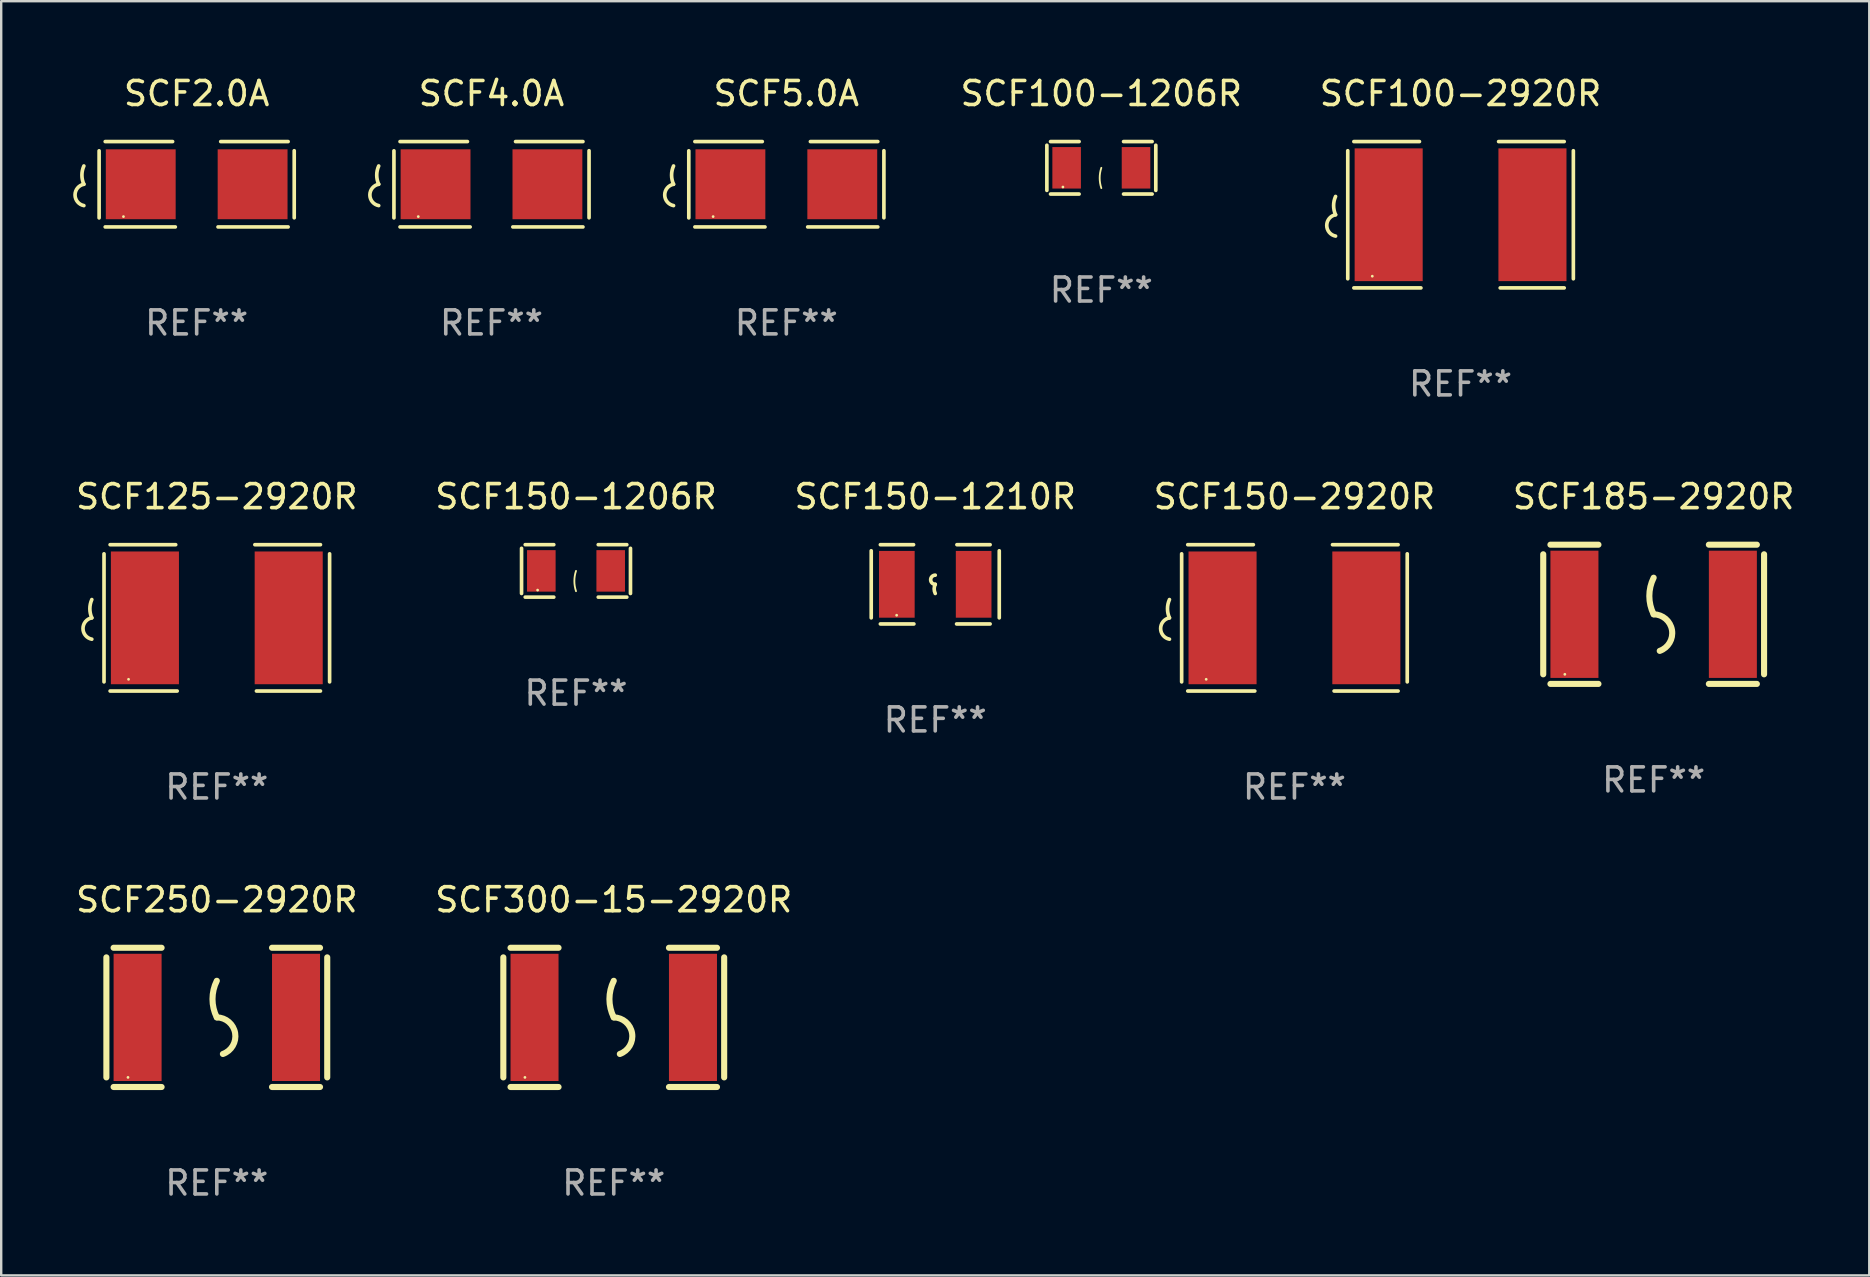
<source format=kicad_pcb>
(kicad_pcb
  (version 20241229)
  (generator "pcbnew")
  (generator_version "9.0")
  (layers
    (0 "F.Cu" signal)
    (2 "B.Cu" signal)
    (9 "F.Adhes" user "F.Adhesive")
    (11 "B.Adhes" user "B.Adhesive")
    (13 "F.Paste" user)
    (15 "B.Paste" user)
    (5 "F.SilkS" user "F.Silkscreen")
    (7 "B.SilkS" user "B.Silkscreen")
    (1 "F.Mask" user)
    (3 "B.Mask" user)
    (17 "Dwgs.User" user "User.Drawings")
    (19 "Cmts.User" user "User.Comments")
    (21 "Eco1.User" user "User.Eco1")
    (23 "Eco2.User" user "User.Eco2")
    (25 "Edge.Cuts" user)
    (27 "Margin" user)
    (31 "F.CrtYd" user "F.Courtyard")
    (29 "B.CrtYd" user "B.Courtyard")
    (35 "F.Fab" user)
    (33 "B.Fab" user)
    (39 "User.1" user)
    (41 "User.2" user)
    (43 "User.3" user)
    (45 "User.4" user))
  (footprint "SCF185-2920R"
    (layer "F.Cu")
    (at 65.839 22.541)
    (property "Reference" "SCF185-2920R" (at 0 -4.9 0) (layer "F.SilkS") (effects (font (size 1 1) (thickness 0.15))))
    (attr through_hole)
    (fp_line (start -4.6 -2.5) (end -4.6 2.5) (stroke (width 0.254) (type solid)) (layer "F.SilkS"))
    (fp_line (start -4.3 -2.9) (end -2.3 -2.9) (stroke (width 0.254) (type solid)) (layer "F.SilkS"))
    (fp_line (start -4.3 2.9) (end -2.3 2.9) (stroke (width 0.254) (type solid)) (layer "F.SilkS"))
    (fp_line (start 2.3 -2.9) (end 4.3 -2.9) (stroke (width 0.254) (type solid)) (layer "F.SilkS"))
    (fp_line (start 2.3 2.9) (end 4.3 2.9) (stroke (width 0.254) (type solid)) (layer "F.SilkS"))
    (fp_line (start 4.6 -2.5) (end 4.6 2.5) (stroke (width 0.254) (type solid)) (layer "F.SilkS"))
    (fp_arc (start 0 0) (mid -0.179884 -0.762002) (end 0 -1.524003) (stroke (width 0.254001) (type solid)) (layer "F.SilkS"))
    (fp_arc (start 0 0) (mid 0.763086 0.655987) (end 0.254001 1.524003) (stroke (width 0.254001) (type solid)) (layer "F.SilkS"))
    (fp_circle (center -3.7 2.5) (end -3.67 2.5) (stroke (width 0.06) (type solid)) (fill no) (layer "F.SilkS"))
    (fp_text user "REF**" (at 0 6.9 0) (layer "F.Fab") (effects (font (size 1 1) (thickness 0.15))))
    (pad "1" smd rect (at -3.3 0) (size 2 5.3) (layers "F.Cu" "F.Mask" "F.Paste"))
    (pad "2" smd rect (at 3.3 0) (size 2 5.3) (layers "F.Cu" "F.Mask" "F.Paste")))
  (footprint "SCF4.0A"
    (layer "F.Cu")
    (at 17.425 4.626)
    (property "Reference" "SCF4.0A" (at 0 -3.778 0) (layer "F.SilkS") (effects (font (size 1 1) (thickness 0.15))))
    (attr through_hole)
    (fp_line (start -4.064 -1.393) (end -4.064 1.401) (stroke (width 0.152) (type solid)) (layer "F.SilkS"))
    (fp_line (start -3.81 -1.778) (end -1.002 -1.778) (stroke (width 0.152) (type solid)) (layer "F.SilkS"))
    (fp_line (start -0.889 1.778) (end -3.81 1.778) (stroke (width 0.152) (type solid)) (layer "F.SilkS"))
    (fp_line (start 0.889 1.778) (end 3.81 1.778) (stroke (width 0.152) (type solid)) (layer "F.SilkS"))
    (fp_line (start 3.81 -1.778) (end 1.002 -1.778) (stroke (width 0.152) (type solid)) (layer "F.SilkS"))
    (fp_line (start 4.064 -1.397) (end 4.064 1.397) (stroke (width 0.152) (type solid)) (layer "F.SilkS"))
    (fp_arc (start -4.699009 0) (mid -4.780645 -0.381001) (end -4.699009 -0.762002) (stroke (width 0.151994) (type solid)) (layer "F.SilkS"))
    (fp_arc (start -4.699009 0.889002) (mid -5.066697 0.444501) (end -4.699009 0) (stroke (width 0.151994) (type solid)) (layer "F.SilkS"))
    (fp_circle (center -3.05 1.347) (end -3.02 1.347) (stroke (width 0.06) (type solid)) (fill no) (layer "F.SilkS"))
    (fp_text user "REF**" (at 0 5.778 0) (layer "F.Fab") (effects (font (size 1 1) (thickness 0.15))))
    (pad "1" smd rect (at -2.33 0) (size 2.91 2.911) (layers "F.Cu" "F.Mask" "F.Paste"))
    (pad "2" smd rect (at 2.33 0) (size 2.91 2.911) (layers "F.Cu" "F.Mask" "F.Paste")))
  (footprint "SCF150-2920R"
    (layer "F.Cu")
    (at 50.875 22.689)
    (property "Reference" "SCF150-2920R" (at 0 -5.048 0) (layer "F.SilkS") (effects (font (size 1 1) (thickness 0.15))))
    (attr through_hole)
    (fp_line (start -4.699 -2.667) (end -4.699 2.667) (stroke (width 0.152) (type solid)) (layer "F.SilkS"))
    (fp_line (start -4.445 -3.048) (end -1.712 -3.048) (stroke (width 0.152) (type solid)) (layer "F.SilkS"))
    (fp_line (start -1.651 3.048) (end -4.445 3.048) (stroke (width 0.152) (type solid)) (layer "F.SilkS"))
    (fp_line (start 1.651 3.048) (end 4.318 3.048) (stroke (width 0.152) (type solid)) (layer "F.SilkS"))
    (fp_line (start 4.318 -3.048) (end 1.585 -3.048) (stroke (width 0.152) (type solid)) (layer "F.SilkS"))
    (fp_line (start 4.699 -2.667) (end 4.699 2.667) (stroke (width 0.152) (type solid)) (layer "F.SilkS"))
    (fp_arc (start -5.20701 0) (mid -5.288646 -0.381001) (end -5.20701 -0.762002) (stroke (width 0.151994) (type solid)) (layer "F.SilkS"))
    (fp_arc (start -5.20701 0.889002) (mid -5.574698 0.444501) (end -5.20701 0) (stroke (width 0.151994) (type solid)) (layer "F.SilkS"))
    (fp_circle (center -3.677 2.56) (end -3.647 2.56) (stroke (width 0.06) (type solid)) (fill no) (layer "F.SilkS"))
    (fp_text user "REF**" (at 0 7.048 0) (layer "F.Fab") (effects (font (size 1 1) (thickness 0.15))))
    (pad "1" smd rect (at -2.995 0) (size 2.835 5.53) (layers "F.Cu" "F.Mask" "F.Paste"))
    (pad "2" smd rect (at 2.995 0) (size 2.835 5.53) (layers "F.Cu" "F.Mask" "F.Paste")))
  (footprint "SCF125-2920R"
    (layer "F.Cu")
    (at 5.982 22.689)
    (property "Reference" "SCF125-2920R" (at 0 -5.048 0) (layer "F.SilkS") (effects (font (size 1 1) (thickness 0.15))))
    (attr through_hole)
    (fp_line (start -4.699 -2.667) (end -4.699 2.667) (stroke (width 0.152) (type solid)) (layer "F.SilkS"))
    (fp_line (start -4.445 -3.048) (end -1.712 -3.048) (stroke (width 0.152) (type solid)) (layer "F.SilkS"))
    (fp_line (start -1.651 3.048) (end -4.445 3.048) (stroke (width 0.152) (type solid)) (layer "F.SilkS"))
    (fp_line (start 1.651 3.048) (end 4.318 3.048) (stroke (width 0.152) (type solid)) (layer "F.SilkS"))
    (fp_line (start 4.318 -3.048) (end 1.585 -3.048) (stroke (width 0.152) (type solid)) (layer "F.SilkS"))
    (fp_line (start 4.699 -2.667) (end 4.699 2.667) (stroke (width 0.152) (type solid)) (layer "F.SilkS"))
    (fp_arc (start -5.20701 0) (mid -5.288646 -0.381001) (end -5.20701 -0.762002) (stroke (width 0.151994) (type solid)) (layer "F.SilkS"))
    (fp_arc (start -5.20701 0.889002) (mid -5.574698 0.444501) (end -5.20701 0) (stroke (width 0.151994) (type solid)) (layer "F.SilkS"))
    (fp_circle (center -3.677 2.56) (end -3.647 2.56) (stroke (width 0.06) (type solid)) (fill no) (layer "F.SilkS"))
    (fp_text user "REF**" (at 0 7.048 0) (layer "F.Fab") (effects (font (size 1 1) (thickness 0.15))))
    (pad "1" smd rect (at -2.995 0) (size 2.835 5.53) (layers "F.Cu" "F.Mask" "F.Paste"))
    (pad "2" smd rect (at 2.995 0) (size 2.835 5.53) (layers "F.Cu" "F.Mask" "F.Paste")))
  (footprint "SCF300-15-2920R"
    (layer "F.Cu")
    (at 22.518 39.333)
    (property "Reference" "SCF300-15-2920R" (at 0 -4.9 0) (layer "F.SilkS") (effects (font (size 1 1) (thickness 0.15))))
    (attr through_hole)
    (fp_line (start -4.6 -2.5) (end -4.6 2.5) (stroke (width 0.254) (type solid)) (layer "F.SilkS"))
    (fp_line (start -4.3 -2.9) (end -2.3 -2.9) (stroke (width 0.254) (type solid)) (layer "F.SilkS"))
    (fp_line (start -4.3 2.9) (end -2.3 2.9) (stroke (width 0.254) (type solid)) (layer "F.SilkS"))
    (fp_line (start 2.3 -2.9) (end 4.3 -2.9) (stroke (width 0.254) (type solid)) (layer "F.SilkS"))
    (fp_line (start 2.3 2.9) (end 4.3 2.9) (stroke (width 0.254) (type solid)) (layer "F.SilkS"))
    (fp_line (start 4.6 -2.5) (end 4.6 2.5) (stroke (width 0.254) (type solid)) (layer "F.SilkS"))
    (fp_arc (start 0 0) (mid -0.179884 -0.762002) (end 0 -1.524003) (stroke (width 0.254001) (type solid)) (layer "F.SilkS"))
    (fp_arc (start 0 0) (mid 0.763086 0.655987) (end 0.254001 1.524003) (stroke (width 0.254001) (type solid)) (layer "F.SilkS"))
    (fp_circle (center -3.7 2.5) (end -3.67 2.5) (stroke (width 0.06) (type solid)) (fill no) (layer "F.SilkS"))
    (fp_text user "REF**" (at 0 6.9 0) (layer "F.Fab") (effects (font (size 1 1) (thickness 0.15))))
    (pad "1" smd rect (at -3.3 0) (size 2 5.3) (layers "F.Cu" "F.Mask" "F.Paste"))
    (pad "2" smd rect (at 3.3 0) (size 2 5.3) (layers "F.Cu" "F.Mask" "F.Paste")))
  (footprint "SCF100-1206R"
    (layer "F.Cu")
    (at 42.83 3.941)
    (property "Reference" "SCF100-1206R" (at 0 -3.093 0) (layer "F.SilkS") (effects (font (size 1 1) (thickness 0.15))))
    (attr through_hole)
    (fp_line (start -2.269 -0.94) (end -2.269 0.94) (stroke (width 0.152) (type solid)) (layer "F.SilkS"))
    (fp_line (start -2.116 1.093) (end -0.926 1.093) (stroke (width 0.152) (type solid)) (layer "F.SilkS"))
    (fp_line (start -0.926 -1.093) (end -2.116 -1.093) (stroke (width 0.152) (type solid)) (layer "F.SilkS"))
    (fp_line (start 0.926 -1.093) (end 2.116 -1.093) (stroke (width 0.152) (type solid)) (layer "F.SilkS"))
    (fp_line (start 2.116 1.093) (end 0.926 1.093) (stroke (width 0.152) (type solid)) (layer "F.SilkS"))
    (fp_line (start 2.269 -0.94) (end 2.269 0.94) (stroke (width 0.152) (type solid)) (layer "F.SilkS"))
    (fp_arc (start 0 0.844951) (mid -0.068559 0.422475) (end 0 0) (stroke (width 0.0762) (type solid)) (layer "F.SilkS"))
    (fp_circle (center -1.6 0.8) (end -1.57 0.8) (stroke (width 0.06) (type solid)) (fill no) (layer "F.SilkS"))
    (fp_text user "REF**" (at 0 5.093 0) (layer "F.Fab") (effects (font (size 1 1) (thickness 0.15))))
    (pad "1" smd rect (at -1.445 0) (size 1.19 1.728) (layers "F.Cu" "F.Mask" "F.Paste"))
    (pad "2" smd rect (at 1.445 0) (size 1.19 1.728) (layers "F.Cu" "F.Mask" "F.Paste")))
  (footprint "SCF2.0A"
    (layer "F.Cu")
    (at 5.143 4.626)
    (property "Reference" "SCF2.0A" (at 0 -3.778 0) (layer "F.SilkS") (effects (font (size 1 1) (thickness 0.15))))
    (attr through_hole)
    (fp_line (start -4.064 -1.393) (end -4.064 1.401) (stroke (width 0.152) (type solid)) (layer "F.SilkS"))
    (fp_line (start -3.81 -1.778) (end -1.002 -1.778) (stroke (width 0.152) (type solid)) (layer "F.SilkS"))
    (fp_line (start -0.889 1.778) (end -3.81 1.778) (stroke (width 0.152) (type solid)) (layer "F.SilkS"))
    (fp_line (start 0.889 1.778) (end 3.81 1.778) (stroke (width 0.152) (type solid)) (layer "F.SilkS"))
    (fp_line (start 3.81 -1.778) (end 1.002 -1.778) (stroke (width 0.152) (type solid)) (layer "F.SilkS"))
    (fp_line (start 4.064 -1.397) (end 4.064 1.397) (stroke (width 0.152) (type solid)) (layer "F.SilkS"))
    (fp_arc (start -4.699009 0) (mid -4.780645 -0.381001) (end -4.699009 -0.762002) (stroke (width 0.151994) (type solid)) (layer "F.SilkS"))
    (fp_arc (start -4.699009 0.889002) (mid -5.066697 0.444501) (end -4.699009 0) (stroke (width 0.151994) (type solid)) (layer "F.SilkS"))
    (fp_circle (center -3.05 1.347) (end -3.02 1.347) (stroke (width 0.06) (type solid)) (fill no) (layer "F.SilkS"))
    (fp_text user "REF**" (at 0 5.778 0) (layer "F.Fab") (effects (font (size 1 1) (thickness 0.15))))
    (pad "1" smd rect (at -2.33 0) (size 2.91 2.911) (layers "F.Cu" "F.Mask" "F.Paste"))
    (pad "2" smd rect (at 2.33 0) (size 2.91 2.911) (layers "F.Cu" "F.Mask" "F.Paste")))
  (footprint "SCF5.0A"
    (layer "F.Cu")
    (at 29.708 4.626)
    (property "Reference" "SCF5.0A" (at 0 -3.778 0) (layer "F.SilkS") (effects (font (size 1 1) (thickness 0.15))))
    (attr through_hole)
    (fp_line (start -4.064 -1.393) (end -4.064 1.401) (stroke (width 0.152) (type solid)) (layer "F.SilkS"))
    (fp_line (start -3.81 -1.778) (end -1.002 -1.778) (stroke (width 0.152) (type solid)) (layer "F.SilkS"))
    (fp_line (start -0.889 1.778) (end -3.81 1.778) (stroke (width 0.152) (type solid)) (layer "F.SilkS"))
    (fp_line (start 0.889 1.778) (end 3.81 1.778) (stroke (width 0.152) (type solid)) (layer "F.SilkS"))
    (fp_line (start 3.81 -1.778) (end 1.002 -1.778) (stroke (width 0.152) (type solid)) (layer "F.SilkS"))
    (fp_line (start 4.064 -1.397) (end 4.064 1.397) (stroke (width 0.152) (type solid)) (layer "F.SilkS"))
    (fp_arc (start -4.699009 0) (mid -4.780645 -0.381001) (end -4.699009 -0.762002) (stroke (width 0.151994) (type solid)) (layer "F.SilkS"))
    (fp_arc (start -4.699009 0.889002) (mid -5.066697 0.444501) (end -4.699009 0) (stroke (width 0.151994) (type solid)) (layer "F.SilkS"))
    (fp_circle (center -3.05 1.347) (end -3.02 1.347) (stroke (width 0.06) (type solid)) (fill no) (layer "F.SilkS"))
    (fp_text user "REF**" (at 0 5.778 0) (layer "F.Fab") (effects (font (size 1 1) (thickness 0.15))))
    (pad "1" smd rect (at -2.33 0) (size 2.91 2.911) (layers "F.Cu" "F.Mask" "F.Paste"))
    (pad "2" smd rect (at 2.33 0) (size 2.91 2.911) (layers "F.Cu" "F.Mask" "F.Paste")))
  (footprint "SCF150-1206R"
    (layer "F.Cu")
    (at 20.946 20.733)
    (property "Reference" "SCF150-1206R" (at 0 -3.093 0) (layer "F.SilkS") (effects (font (size 1 1) (thickness 0.15))))
    (attr through_hole)
    (fp_line (start -2.269 -0.94) (end -2.269 0.94) (stroke (width 0.152) (type solid)) (layer "F.SilkS"))
    (fp_line (start -2.116 1.093) (end -0.926 1.093) (stroke (width 0.152) (type solid)) (layer "F.SilkS"))
    (fp_line (start -0.926 -1.093) (end -2.116 -1.093) (stroke (width 0.152) (type solid)) (layer "F.SilkS"))
    (fp_line (start 0.926 -1.093) (end 2.116 -1.093) (stroke (width 0.152) (type solid)) (layer "F.SilkS"))
    (fp_line (start 2.116 1.093) (end 0.926 1.093) (stroke (width 0.152) (type solid)) (layer "F.SilkS"))
    (fp_line (start 2.269 -0.94) (end 2.269 0.94) (stroke (width 0.152) (type solid)) (layer "F.SilkS"))
    (fp_arc (start 0 0.844951) (mid -0.068559 0.422475) (end 0 0) (stroke (width 0.0762) (type solid)) (layer "F.SilkS"))
    (fp_circle (center -1.6 0.8) (end -1.57 0.8) (stroke (width 0.06) (type solid)) (fill no) (layer "F.SilkS"))
    (fp_text user "REF**" (at 0 5.093 0) (layer "F.Fab") (effects (font (size 1 1) (thickness 0.15))))
    (pad "1" smd rect (at -1.445 0) (size 1.19 1.728) (layers "F.Cu" "F.Mask" "F.Paste"))
    (pad "2" smd rect (at 1.445 0) (size 1.19 1.728) (layers "F.Cu" "F.Mask" "F.Paste")))
  (footprint "SCF250-2920R"
    (layer "F.Cu")
    (at 5.982 39.333)
    (property "Reference" "SCF250-2920R" (at 0 -4.9 0) (layer "F.SilkS") (effects (font (size 1 1) (thickness 0.15))))
    (attr through_hole)
    (fp_line (start -4.6 -2.5) (end -4.6 2.5) (stroke (width 0.254) (type solid)) (layer "F.SilkS"))
    (fp_line (start -4.3 -2.9) (end -2.3 -2.9) (stroke (width 0.254) (type solid)) (layer "F.SilkS"))
    (fp_line (start -4.3 2.9) (end -2.3 2.9) (stroke (width 0.254) (type solid)) (layer "F.SilkS"))
    (fp_line (start 2.3 -2.9) (end 4.3 -2.9) (stroke (width 0.254) (type solid)) (layer "F.SilkS"))
    (fp_line (start 2.3 2.9) (end 4.3 2.9) (stroke (width 0.254) (type solid)) (layer "F.SilkS"))
    (fp_line (start 4.6 -2.5) (end 4.6 2.5) (stroke (width 0.254) (type solid)) (layer "F.SilkS"))
    (fp_arc (start 0 0) (mid -0.179884 -0.762002) (end 0 -1.524003) (stroke (width 0.254001) (type solid)) (layer "F.SilkS"))
    (fp_arc (start 0 0) (mid 0.763086 0.655987) (end 0.254001 1.524003) (stroke (width 0.254001) (type solid)) (layer "F.SilkS"))
    (fp_circle (center -3.7 2.5) (end -3.67 2.5) (stroke (width 0.06) (type solid)) (fill no) (layer "F.SilkS"))
    (fp_text user "REF**" (at 0 6.9 0) (layer "F.Fab") (effects (font (size 1 1) (thickness 0.15))))
    (pad "1" smd rect (at -3.3 0) (size 2 5.3) (layers "F.Cu" "F.Mask" "F.Paste"))
    (pad "2" smd rect (at 3.3 0) (size 2 5.3) (layers "F.Cu" "F.Mask" "F.Paste")))
  (footprint "SCF150-1210R"
    (layer "F.Cu")
    (at 35.911 21.292)
    (property "Reference" "SCF150-1210R" (at 0 -3.651 0) (layer "F.SilkS") (effects (font (size 1 1) (thickness 0.15))))
    (attr through_hole)
    (fp_line (start -2.667 -1.397) (end -2.667 1.397) (stroke (width 0.152) (type solid)) (layer "F.SilkS"))
    (fp_line (start -2.286 -1.651) (end -0.903 -1.651) (stroke (width 0.152) (type solid)) (layer "F.SilkS"))
    (fp_line (start -0.889 1.651) (end -2.286 1.651) (stroke (width 0.152) (type solid)) (layer "F.SilkS"))
    (fp_line (start 0.889 1.651) (end 2.286 1.651) (stroke (width 0.152) (type solid)) (layer "F.SilkS"))
    (fp_line (start 2.286 -1.651) (end 0.903 -1.651) (stroke (width 0.152) (type solid)) (layer "F.SilkS"))
    (fp_line (start 2.667 -1.397) (end 2.667 1.397) (stroke (width 0.152) (type solid)) (layer "F.SilkS"))
    (fp_arc (start 0 0) (mid -0.1905 -0.1905) (end 0 -0.381) (stroke (width 0.151994) (type solid)) (layer "F.SilkS"))
    (fp_arc (start 0 0.381001) (mid -0.044971 0.1905) (end 0 0) (stroke (width 0.151994) (type solid)) (layer "F.SilkS"))
    (fp_circle (center -1.608 1.288) (end -1.578 1.288) (stroke (width 0.06) (type solid)) (fill no) (layer "F.SilkS"))
    (fp_text user "REF**" (at 0 5.651 0) (layer "F.Fab") (effects (font (size 1 1) (thickness 0.15))))
    (pad "1" smd rect (at -1.6 0) (size 1.485 2.781) (layers "F.Cu" "F.Mask" "F.Paste"))
    (pad "2" smd rect (at 1.6 0) (size 1.485 2.781) (layers "F.Cu" "F.Mask" "F.Paste")))
  (footprint "SCF100-2920R"
    (layer "F.Cu")
    (at 57.795 5.896)
    (property "Reference" "SCF100-2920R" (at 0 -5.048 0) (layer "F.SilkS") (effects (font (size 1 1) (thickness 0.15))))
    (attr through_hole)
    (fp_line (start -4.699 -2.667) (end -4.699 2.667) (stroke (width 0.152) (type solid)) (layer "F.SilkS"))
    (fp_line (start -4.445 -3.048) (end -1.712 -3.048) (stroke (width 0.152) (type solid)) (layer "F.SilkS"))
    (fp_line (start -1.651 3.048) (end -4.445 3.048) (stroke (width 0.152) (type solid)) (layer "F.SilkS"))
    (fp_line (start 1.651 3.048) (end 4.318 3.048) (stroke (width 0.152) (type solid)) (layer "F.SilkS"))
    (fp_line (start 4.318 -3.048) (end 1.585 -3.048) (stroke (width 0.152) (type solid)) (layer "F.SilkS"))
    (fp_line (start 4.699 -2.667) (end 4.699 2.667) (stroke (width 0.152) (type solid)) (layer "F.SilkS"))
    (fp_arc (start -5.20701 0) (mid -5.288646 -0.381001) (end -5.20701 -0.762002) (stroke (width 0.151994) (type solid)) (layer "F.SilkS"))
    (fp_arc (start -5.20701 0.889002) (mid -5.574698 0.444501) (end -5.20701 0) (stroke (width 0.151994) (type solid)) (layer "F.SilkS"))
    (fp_circle (center -3.677 2.56) (end -3.647 2.56) (stroke (width 0.06) (type solid)) (fill no) (layer "F.SilkS"))
    (fp_text user "REF**" (at 0 7.048 0) (layer "F.Fab") (effects (font (size 1 1) (thickness 0.15))))
    (pad "1" smd rect (at -2.995 0) (size 2.835 5.53) (layers "F.Cu" "F.Mask" "F.Paste"))
    (pad "2" smd rect (at 2.995 0) (size 2.835 5.53) (layers "F.Cu" "F.Mask" "F.Paste")))
  (gr_rect
    (start -3 -3)
    (end 74.821 50.082)
    (stroke (width 0.1) (type default))
    (fill no)
    (layer "Edge.Cuts")))
</source>
